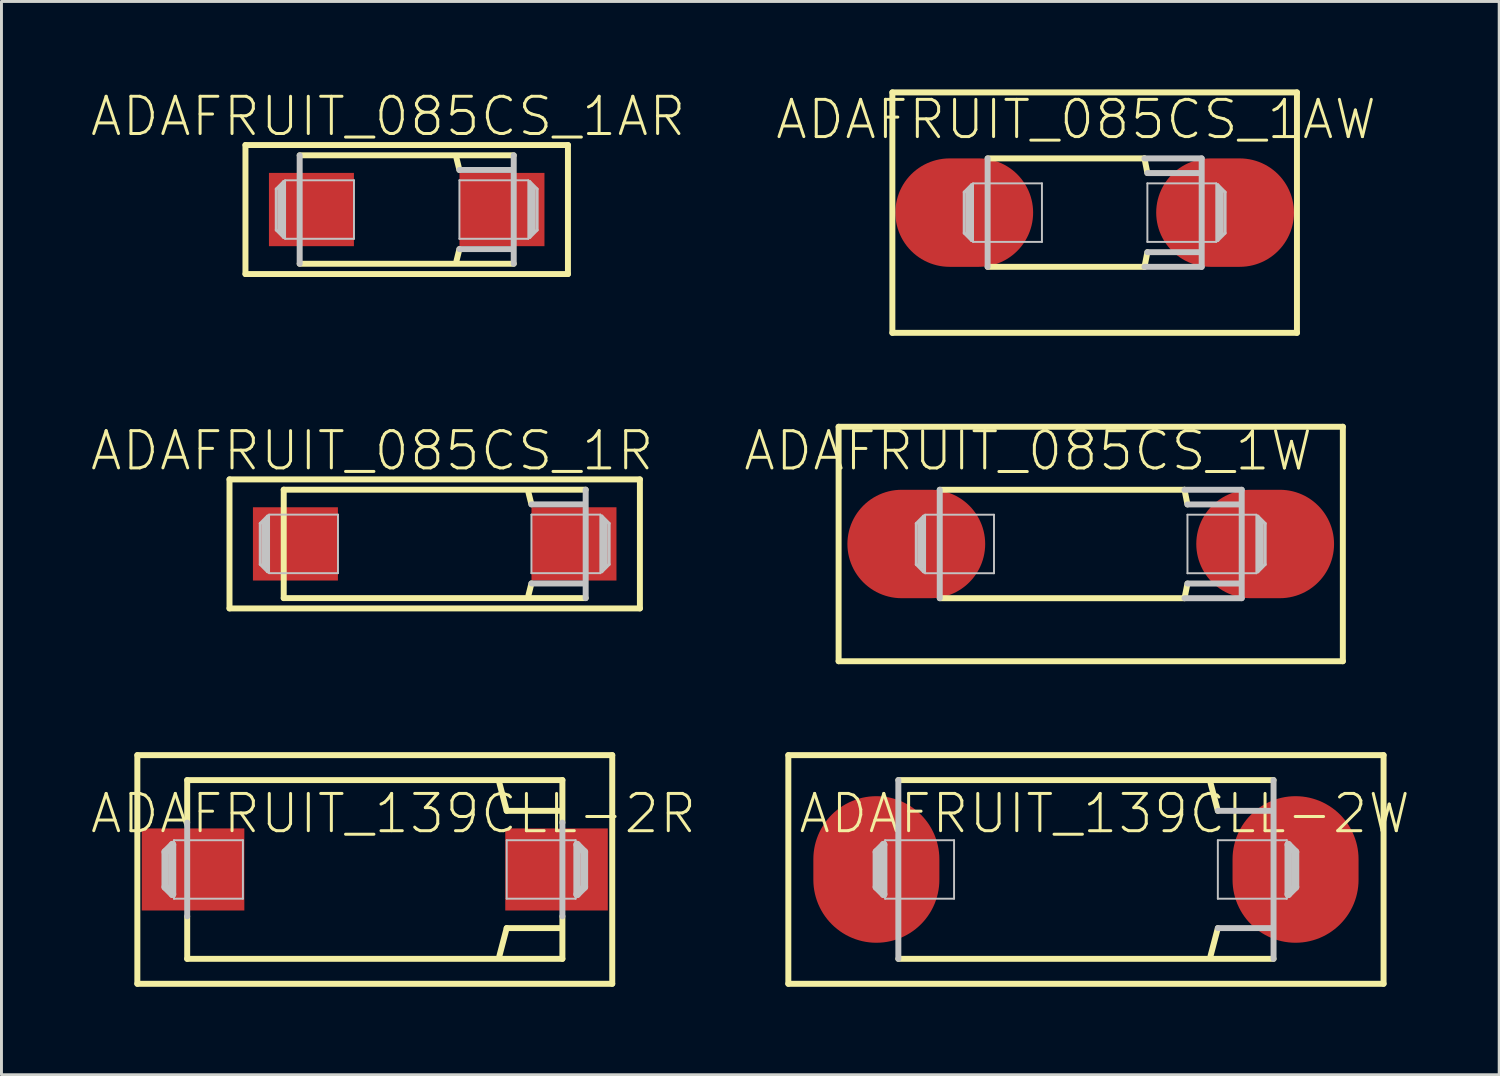
<source format=kicad_pcb>
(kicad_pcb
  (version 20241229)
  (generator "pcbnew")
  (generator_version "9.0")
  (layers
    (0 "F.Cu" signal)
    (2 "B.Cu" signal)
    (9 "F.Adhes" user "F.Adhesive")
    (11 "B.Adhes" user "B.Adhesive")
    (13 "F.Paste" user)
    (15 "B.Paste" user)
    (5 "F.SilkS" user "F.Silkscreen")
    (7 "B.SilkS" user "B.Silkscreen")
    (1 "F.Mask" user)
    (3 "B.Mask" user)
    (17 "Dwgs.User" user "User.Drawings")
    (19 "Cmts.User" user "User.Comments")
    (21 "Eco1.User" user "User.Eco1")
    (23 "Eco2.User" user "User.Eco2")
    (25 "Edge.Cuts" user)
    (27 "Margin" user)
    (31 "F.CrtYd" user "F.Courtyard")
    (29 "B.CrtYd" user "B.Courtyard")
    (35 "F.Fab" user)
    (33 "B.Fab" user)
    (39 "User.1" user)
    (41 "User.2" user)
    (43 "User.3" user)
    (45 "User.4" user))
  (footprint "ADAFRUIT_139CLL-2R"
    (layer "F.Cu")
    (at 9.732 26.602)
    (property "Reference" "ADAFRUIT_139CLL-2R" (at 0.635 -1.905 0) (layer "F.SilkS") (effects (font (size 1.27 1.27) (thickness 0.102))))
    (attr smd)
    (fp_line (start -8.098 -3.899) (end -8.098 3.899) (stroke (width 0.203) (type solid)) (layer "F.SilkS"))
    (fp_line (start -8.098 3.899) (end 8.098 3.899) (stroke (width 0.203) (type solid)) (layer "F.SilkS"))
    (fp_line (start -6.398 -3.048) (end 6.398 -3.048) (stroke (width 0.203) (type solid)) (layer "F.SilkS"))
    (fp_line (start -6.398 -1.598) (end -6.398 -3.048) (stroke (width 0.203) (type solid)) (layer "F.SilkS"))
    (fp_line (start -6.398 3.048) (end -6.398 1.598) (stroke (width 0.203) (type solid)) (layer "F.SilkS"))
    (fp_line (start 4.498 -1.999) (end 4.249 -2.949) (stroke (width 0.203) (type solid)) (layer "F.SilkS"))
    (fp_line (start 4.498 1.999) (end 4.249 2.949) (stroke (width 0.203) (type solid)) (layer "F.SilkS"))
    (fp_line (start 6.35 -1.999) (end 4.498 -1.999) (stroke (width 0.203) (type solid)) (layer "F.SilkS"))
    (fp_line (start 6.35 1.999) (end 4.498 1.999) (stroke (width 0.203) (type solid)) (layer "F.SilkS"))
    (fp_line (start 6.398 -3.048) (end 6.398 -1.598) (stroke (width 0.203) (type solid)) (layer "F.SilkS"))
    (fp_line (start 6.398 1.598) (end 6.398 3.048) (stroke (width 0.203) (type solid)) (layer "F.SilkS"))
    (fp_line (start 6.398 3.048) (end -6.398 3.048) (stroke (width 0.203) (type solid)) (layer "F.SilkS"))
    (fp_line (start 8.098 -3.899) (end -8.098 -3.899) (stroke (width 0.203) (type solid)) (layer "F.SilkS"))
    (fp_line (start 8.098 3.899) (end 8.098 -3.899) (stroke (width 0.203) (type solid)) (layer "F.SilkS"))
    (fp_line (start -7.148 -0.599) (end -6.899 -0.848) (stroke (width 0.254) (type solid)) (layer "Dwgs.User"))
    (fp_line (start -7.148 0.599) (end -7.148 -0.599) (stroke (width 0.254) (type solid)) (layer "Dwgs.User"))
    (fp_line (start -6.899 -0.848) (end -6.899 0.848) (stroke (width 0.254) (type solid)) (layer "Dwgs.User"))
    (fp_line (start -6.899 0.848) (end -7.148 0.599) (stroke (width 0.254) (type solid)) (layer "Dwgs.User"))
    (fp_line (start -6.848 -0.998) (end -4.498 -0.998) (stroke (width 0.066) (type solid)) (layer "Dwgs.User"))
    (fp_line (start -6.848 0.998) (end -6.848 -0.998) (stroke (width 0.066) (type solid)) (layer "Dwgs.User"))
    (fp_line (start -6.848 0.998) (end -4.498 0.998) (stroke (width 0.066) (type solid)) (layer "Dwgs.User"))
    (fp_line (start -6.398 1.598) (end -6.398 -1.598) (stroke (width 0.203) (type solid)) (layer "Dwgs.User"))
    (fp_line (start -4.498 0.998) (end -4.498 -0.998) (stroke (width 0.066) (type solid)) (layer "Dwgs.User"))
    (fp_line (start 4.498 -0.998) (end 6.848 -0.998) (stroke (width 0.066) (type solid)) (layer "Dwgs.User"))
    (fp_line (start 4.498 0.998) (end 4.498 -0.998) (stroke (width 0.066) (type solid)) (layer "Dwgs.User"))
    (fp_line (start 4.498 0.998) (end 6.848 0.998) (stroke (width 0.066) (type solid)) (layer "Dwgs.User"))
    (fp_line (start 6.398 -1.598) (end 6.398 1.598) (stroke (width 0.203) (type solid)) (layer "Dwgs.User"))
    (fp_line (start 6.848 0.998) (end 6.848 -0.998) (stroke (width 0.066) (type solid)) (layer "Dwgs.User"))
    (fp_line (start 6.899 -0.848) (end 7.148 -0.599) (stroke (width 0.254) (type solid)) (layer "Dwgs.User"))
    (fp_line (start 6.899 0.848) (end 6.899 -0.848) (stroke (width 0.254) (type solid)) (layer "Dwgs.User"))
    (fp_line (start 7.148 -0.599) (end 7.148 0.599) (stroke (width 0.254) (type solid)) (layer "Dwgs.User"))
    (fp_line (start 7.148 0.599) (end 6.899 0.848) (stroke (width 0.254) (type solid)) (layer "Dwgs.User"))
    (pad "+" smd rect (at 6.198 0) (size 3.498 2.799) (layers "F.Cu" "F.Mask" "F.Paste"))
    (pad "-" smd rect (at -6.198 0) (size 3.498 2.799) (layers "F.Cu" "F.Mask" "F.Paste")))
  (footprint "ADAFRUIT_139CLL-2W"
    (layer "F.Cu")
    (at 33.985 26.602)
    (property "Reference" "ADAFRUIT_139CLL-2W" (at 0.635 -1.905 0) (layer "F.SilkS") (effects (font (size 1.27 1.27) (thickness 0.102))))
    (attr smd)
    (fp_line (start -10.15 -3.899) (end -10.15 3.899) (stroke (width 0.203) (type solid)) (layer "F.SilkS"))
    (fp_line (start -10.15 3.899) (end 10.15 3.899) (stroke (width 0.203) (type solid)) (layer "F.SilkS"))
    (fp_line (start -6.398 -3.048) (end 6.398 -3.048) (stroke (width 0.203) (type solid)) (layer "F.SilkS"))
    (fp_line (start 4.498 -1.999) (end 4.249 -2.949) (stroke (width 0.203) (type solid)) (layer "F.SilkS"))
    (fp_line (start 4.498 1.999) (end 4.249 2.949) (stroke (width 0.203) (type solid)) (layer "F.SilkS"))
    (fp_line (start 6.398 3.048) (end -6.398 3.048) (stroke (width 0.203) (type solid)) (layer "F.SilkS"))
    (fp_line (start 10.15 -3.899) (end -10.15 -3.899) (stroke (width 0.203) (type solid)) (layer "F.SilkS"))
    (fp_line (start 10.15 3.899) (end 10.15 -3.899) (stroke (width 0.203) (type solid)) (layer "F.SilkS"))
    (fp_line (start -7.148 -0.599) (end -6.899 -0.848) (stroke (width 0.254) (type solid)) (layer "Dwgs.User"))
    (fp_line (start -7.148 0.599) (end -7.148 -0.599) (stroke (width 0.254) (type solid)) (layer "Dwgs.User"))
    (fp_line (start -6.899 -0.848) (end -6.899 0.848) (stroke (width 0.254) (type solid)) (layer "Dwgs.User"))
    (fp_line (start -6.899 0.848) (end -7.148 0.599) (stroke (width 0.254) (type solid)) (layer "Dwgs.User"))
    (fp_line (start -6.848 -0.998) (end -4.498 -0.998) (stroke (width 0.066) (type solid)) (layer "Dwgs.User"))
    (fp_line (start -6.848 0.998) (end -6.848 -0.998) (stroke (width 0.066) (type solid)) (layer "Dwgs.User"))
    (fp_line (start -6.848 0.998) (end -4.498 0.998) (stroke (width 0.066) (type solid)) (layer "Dwgs.User"))
    (fp_line (start -6.398 3.048) (end -6.398 -3.048) (stroke (width 0.203) (type solid)) (layer "Dwgs.User"))
    (fp_line (start -4.498 0.998) (end -4.498 -0.998) (stroke (width 0.066) (type solid)) (layer "Dwgs.User"))
    (fp_line (start 4.498 -0.998) (end 6.848 -0.998) (stroke (width 0.066) (type solid)) (layer "Dwgs.User"))
    (fp_line (start 4.498 0.998) (end 4.498 -0.998) (stroke (width 0.066) (type solid)) (layer "Dwgs.User"))
    (fp_line (start 4.498 0.998) (end 6.848 0.998) (stroke (width 0.066) (type solid)) (layer "Dwgs.User"))
    (fp_line (start 6.35 -1.999) (end 4.498 -1.999) (stroke (width 0.203) (type solid)) (layer "Dwgs.User"))
    (fp_line (start 6.35 1.999) (end 4.498 1.999) (stroke (width 0.203) (type solid)) (layer "Dwgs.User"))
    (fp_line (start 6.398 -3.048) (end 6.398 3.048) (stroke (width 0.203) (type solid)) (layer "Dwgs.User"))
    (fp_line (start 6.848 0.998) (end 6.848 -0.998) (stroke (width 0.066) (type solid)) (layer "Dwgs.User"))
    (fp_line (start 6.899 -0.848) (end 7.148 -0.599) (stroke (width 0.254) (type solid)) (layer "Dwgs.User"))
    (fp_line (start 6.899 0.848) (end 6.899 -0.848) (stroke (width 0.254) (type solid)) (layer "Dwgs.User"))
    (fp_line (start 7.148 -0.599) (end 7.148 0.599) (stroke (width 0.254) (type solid)) (layer "Dwgs.User"))
    (fp_line (start 7.148 0.599) (end 6.899 0.848) (stroke (width 0.254) (type solid)) (layer "Dwgs.User"))
    (pad "+" smd oval (at 7.148 0) (size 4.298 4.999) (layers "F.Cu" "F.Mask" "F.Paste"))
    (pad "-" smd oval (at -7.148 0) (size 4.298 4.999) (layers "F.Cu" "F.Mask" "F.Paste")))
  (footprint "ADAFRUIT_085CS_1AW"
    (layer "F.Cu")
    (at 34.282 4.201)
    (property "Reference" "ADAFRUIT_085CS_1AW" (at -0.635 -3.175 0) (layer "F.SilkS") (effects (font (size 1.27 1.27) (thickness 0.102))))
    (attr smd)
    (fp_line (start -6.899 -4.1) (end -6.899 4.1) (stroke (width 0.203) (type solid)) (layer "F.SilkS"))
    (fp_line (start -6.899 -4.1) (end 6.899 -4.1) (stroke (width 0.203) (type solid)) (layer "F.SilkS"))
    (fp_line (start -6.899 4.1) (end 6.899 4.1) (stroke (width 0.203) (type solid)) (layer "F.SilkS"))
    (fp_line (start -3.65 1.849) (end 1.699 1.849) (stroke (width 0.203) (type solid)) (layer "F.SilkS"))
    (fp_line (start 1.699 -1.849) (end -3.65 -1.849) (stroke (width 0.203) (type solid)) (layer "F.SilkS"))
    (fp_line (start 1.798 -1.349) (end 1.699 -1.849) (stroke (width 0.203) (type solid)) (layer "F.SilkS"))
    (fp_line (start 1.798 1.349) (end 1.699 1.849) (stroke (width 0.203) (type solid)) (layer "F.SilkS"))
    (fp_line (start 6.899 -4.1) (end 6.899 4.1) (stroke (width 0.203) (type solid)) (layer "F.SilkS"))
    (fp_line (start -4.448 -0.699) (end -4.448 0.699) (stroke (width 0.102) (type solid)) (layer "Dwgs.User"))
    (fp_line (start -4.448 0.699) (end -4.199 0.95) (stroke (width 0.102) (type solid)) (layer "Dwgs.User"))
    (fp_line (start -4.298 -0.749) (end -4.298 0.749) (stroke (width 0.203) (type solid)) (layer "Dwgs.User"))
    (fp_line (start -4.199 -0.95) (end -4.448 -0.699) (stroke (width 0.102) (type solid)) (layer "Dwgs.User"))
    (fp_line (start -4.199 0.95) (end -4.199 -0.95) (stroke (width 0.102) (type solid)) (layer "Dwgs.User"))
    (fp_line (start -4.148 -0.998) (end -1.798 -0.998) (stroke (width 0.066) (type solid)) (layer "Dwgs.User"))
    (fp_line (start -4.148 0.998) (end -4.148 -0.998) (stroke (width 0.066) (type solid)) (layer "Dwgs.User"))
    (fp_line (start -4.148 0.998) (end -1.798 0.998) (stroke (width 0.066) (type solid)) (layer "Dwgs.User"))
    (fp_line (start -3.65 -1.849) (end -3.65 1.849) (stroke (width 0.203) (type solid)) (layer "Dwgs.User"))
    (fp_line (start -1.798 0.998) (end -1.798 -0.998) (stroke (width 0.066) (type solid)) (layer "Dwgs.User"))
    (fp_line (start 1.699 1.849) (end 3.65 1.849) (stroke (width 0.203) (type solid)) (layer "Dwgs.User"))
    (fp_line (start 1.798 -0.998) (end 4.148 -0.998) (stroke (width 0.066) (type solid)) (layer "Dwgs.User"))
    (fp_line (start 1.798 0.998) (end 1.798 -0.998) (stroke (width 0.066) (type solid)) (layer "Dwgs.User"))
    (fp_line (start 1.798 0.998) (end 4.148 0.998) (stroke (width 0.066) (type solid)) (layer "Dwgs.User"))
    (fp_line (start 3.548 -1.349) (end 1.798 -1.349) (stroke (width 0.203) (type solid)) (layer "Dwgs.User"))
    (fp_line (start 3.599 1.349) (end 1.798 1.349) (stroke (width 0.203) (type solid)) (layer "Dwgs.User"))
    (fp_line (start 3.65 -1.849) (end 1.699 -1.849) (stroke (width 0.203) (type solid)) (layer "Dwgs.User"))
    (fp_line (start 3.65 1.849) (end 3.65 -1.849) (stroke (width 0.203) (type solid)) (layer "Dwgs.User"))
    (fp_line (start 4.148 0.998) (end 4.148 -0.998) (stroke (width 0.066) (type solid)) (layer "Dwgs.User"))
    (fp_line (start 4.199 -0.95) (end 4.199 0.95) (stroke (width 0.102) (type solid)) (layer "Dwgs.User"))
    (fp_line (start 4.199 0.95) (end 4.448 0.699) (stroke (width 0.102) (type solid)) (layer "Dwgs.User"))
    (fp_line (start 4.298 0.749) (end 4.298 -0.749) (stroke (width 0.203) (type solid)) (layer "Dwgs.User"))
    (fp_line (start 4.448 -0.699) (end 4.199 -0.95) (stroke (width 0.102) (type solid)) (layer "Dwgs.User"))
    (fp_line (start 4.448 0.699) (end 4.448 -0.699) (stroke (width 0.102) (type solid)) (layer "Dwgs.User"))
    (pad "+" smd oval (at 4.448 0) (size 4.699 3.698) (layers "F.Cu" "F.Mask" "F.Paste"))
    (pad "-" smd oval (at -4.448 0) (size 4.699 3.698) (layers "F.Cu" "F.Mask" "F.Paste")))
  (footprint "ADAFRUIT_085CS_1AR"
    (layer "F.Cu")
    (at 10.82 4.096)
    (property "Reference" "ADAFRUIT_085CS_1AR" (at -0.635 -3.175 0) (layer "F.SilkS") (effects (font (size 1.27 1.27) (thickness 0.102))))
    (attr smd)
    (fp_line (start -5.499 -2.2) (end -5.499 2.2) (stroke (width 0.203) (type solid)) (layer "F.SilkS"))
    (fp_line (start -5.499 -2.2) (end 5.499 -2.2) (stroke (width 0.203) (type solid)) (layer "F.SilkS"))
    (fp_line (start -5.499 2.2) (end 5.499 2.2) (stroke (width 0.203) (type solid)) (layer "F.SilkS"))
    (fp_line (start -3.65 1.849) (end 3.65 1.849) (stroke (width 0.203) (type solid)) (layer "F.SilkS"))
    (fp_line (start 1.798 -1.349) (end 1.699 -1.748) (stroke (width 0.203) (type solid)) (layer "F.SilkS"))
    (fp_line (start 1.798 1.349) (end 1.699 1.748) (stroke (width 0.203) (type solid)) (layer "F.SilkS"))
    (fp_line (start 3.65 -1.849) (end -3.65 -1.849) (stroke (width 0.203) (type solid)) (layer "F.SilkS"))
    (fp_line (start 5.499 -2.2) (end 5.499 2.2) (stroke (width 0.203) (type solid)) (layer "F.SilkS"))
    (fp_line (start -4.448 -0.699) (end -4.448 0.699) (stroke (width 0.102) (type solid)) (layer "Dwgs.User"))
    (fp_line (start -4.448 0.699) (end -4.199 0.95) (stroke (width 0.102) (type solid)) (layer "Dwgs.User"))
    (fp_line (start -4.298 -0.749) (end -4.298 0.749) (stroke (width 0.203) (type solid)) (layer "Dwgs.User"))
    (fp_line (start -4.199 -0.95) (end -4.448 -0.699) (stroke (width 0.102) (type solid)) (layer "Dwgs.User"))
    (fp_line (start -4.199 0.95) (end -4.199 -0.95) (stroke (width 0.102) (type solid)) (layer "Dwgs.User"))
    (fp_line (start -4.148 -0.998) (end -1.798 -0.998) (stroke (width 0.066) (type solid)) (layer "Dwgs.User"))
    (fp_line (start -4.148 0.998) (end -4.148 -0.998) (stroke (width 0.066) (type solid)) (layer "Dwgs.User"))
    (fp_line (start -4.148 0.998) (end -1.798 0.998) (stroke (width 0.066) (type solid)) (layer "Dwgs.User"))
    (fp_line (start -3.65 -1.849) (end -3.65 1.849) (stroke (width 0.203) (type solid)) (layer "Dwgs.User"))
    (fp_line (start -1.798 0.998) (end -1.798 -0.998) (stroke (width 0.066) (type solid)) (layer "Dwgs.User"))
    (fp_line (start 1.798 -0.998) (end 4.148 -0.998) (stroke (width 0.066) (type solid)) (layer "Dwgs.User"))
    (fp_line (start 1.798 0.998) (end 1.798 -0.998) (stroke (width 0.066) (type solid)) (layer "Dwgs.User"))
    (fp_line (start 1.798 0.998) (end 4.148 0.998) (stroke (width 0.066) (type solid)) (layer "Dwgs.User"))
    (fp_line (start 3.548 -1.349) (end 1.798 -1.349) (stroke (width 0.203) (type solid)) (layer "Dwgs.User"))
    (fp_line (start 3.599 1.349) (end 1.798 1.349) (stroke (width 0.203) (type solid)) (layer "Dwgs.User"))
    (fp_line (start 3.65 1.849) (end 3.65 -1.849) (stroke (width 0.203) (type solid)) (layer "Dwgs.User"))
    (fp_line (start 4.148 0.998) (end 4.148 -0.998) (stroke (width 0.066) (type solid)) (layer "Dwgs.User"))
    (fp_line (start 4.199 -0.95) (end 4.199 0.95) (stroke (width 0.102) (type solid)) (layer "Dwgs.User"))
    (fp_line (start 4.199 0.95) (end 4.448 0.699) (stroke (width 0.102) (type solid)) (layer "Dwgs.User"))
    (fp_line (start 4.298 0.749) (end 4.298 -0.749) (stroke (width 0.203) (type solid)) (layer "Dwgs.User"))
    (fp_line (start 4.448 -0.699) (end 4.199 -0.95) (stroke (width 0.102) (type solid)) (layer "Dwgs.User"))
    (fp_line (start 4.448 0.699) (end 4.448 -0.699) (stroke (width 0.102) (type solid)) (layer "Dwgs.User"))
    (pad "+" smd rect (at 3.249 0) (size 2.898 2.499) (layers "F.Cu" "F.Mask" "F.Paste"))
    (pad "-" smd rect (at -3.249 0) (size 2.898 2.499) (layers "F.Cu" "F.Mask" "F.Paste")))
  (footprint "ADAFRUIT_085CS_1W"
    (layer "F.Cu")
    (at 34.148 15.502)
    (property "Reference" "ADAFRUIT_085CS_1W" (at -2.134 -3.175 0) (layer "F.SilkS") (effects (font (size 1.27 1.27) (thickness 0.102))))
    (attr smd)
    (fp_line (start -8.598 -3.998) (end -8.598 3.998) (stroke (width 0.203) (type solid)) (layer "F.SilkS"))
    (fp_line (start -8.598 -3.998) (end 8.598 -3.998) (stroke (width 0.203) (type solid)) (layer "F.SilkS"))
    (fp_line (start -8.598 3.998) (end 8.598 3.998) (stroke (width 0.203) (type solid)) (layer "F.SilkS"))
    (fp_line (start -5.149 1.849) (end 3.198 1.849) (stroke (width 0.203) (type solid)) (layer "F.SilkS"))
    (fp_line (start 3.198 -1.849) (end -5.149 -1.849) (stroke (width 0.203) (type solid)) (layer "F.SilkS"))
    (fp_line (start 3.299 -1.349) (end 3.198 -1.849) (stroke (width 0.203) (type solid)) (layer "F.SilkS"))
    (fp_line (start 3.299 1.349) (end 3.198 1.849) (stroke (width 0.203) (type solid)) (layer "F.SilkS"))
    (fp_line (start 8.598 -3.998) (end 8.598 3.998) (stroke (width 0.203) (type solid)) (layer "F.SilkS"))
    (fp_line (start -5.949 -0.699) (end -5.949 0.699) (stroke (width 0.102) (type solid)) (layer "Dwgs.User"))
    (fp_line (start -5.949 0.699) (end -5.7 0.95) (stroke (width 0.102) (type solid)) (layer "Dwgs.User"))
    (fp_line (start -5.799 -0.749) (end -5.799 0.749) (stroke (width 0.203) (type solid)) (layer "Dwgs.User"))
    (fp_line (start -5.7 -0.95) (end -5.949 -0.699) (stroke (width 0.102) (type solid)) (layer "Dwgs.User"))
    (fp_line (start -5.7 0.95) (end -5.7 -0.95) (stroke (width 0.102) (type solid)) (layer "Dwgs.User"))
    (fp_line (start -5.649 -0.998) (end -3.299 -0.998) (stroke (width 0.066) (type solid)) (layer "Dwgs.User"))
    (fp_line (start -5.649 0.998) (end -5.649 -0.998) (stroke (width 0.066) (type solid)) (layer "Dwgs.User"))
    (fp_line (start -5.649 0.998) (end -3.299 0.998) (stroke (width 0.066) (type solid)) (layer "Dwgs.User"))
    (fp_line (start -5.149 -1.849) (end -5.149 1.849) (stroke (width 0.203) (type solid)) (layer "Dwgs.User"))
    (fp_line (start -3.299 0.998) (end -3.299 -0.998) (stroke (width 0.066) (type solid)) (layer "Dwgs.User"))
    (fp_line (start 3.198 1.849) (end 5.149 1.849) (stroke (width 0.203) (type solid)) (layer "Dwgs.User"))
    (fp_line (start 3.299 -0.998) (end 5.649 -0.998) (stroke (width 0.066) (type solid)) (layer "Dwgs.User"))
    (fp_line (start 3.299 0.998) (end 3.299 -0.998) (stroke (width 0.066) (type solid)) (layer "Dwgs.User"))
    (fp_line (start 3.299 0.998) (end 5.649 0.998) (stroke (width 0.066) (type solid)) (layer "Dwgs.User"))
    (fp_line (start 5.05 -1.349) (end 3.299 -1.349) (stroke (width 0.203) (type solid)) (layer "Dwgs.User"))
    (fp_line (start 5.098 1.349) (end 3.299 1.349) (stroke (width 0.203) (type solid)) (layer "Dwgs.User"))
    (fp_line (start 5.149 -1.849) (end 3.198 -1.849) (stroke (width 0.203) (type solid)) (layer "Dwgs.User"))
    (fp_line (start 5.149 1.849) (end 5.149 -1.849) (stroke (width 0.203) (type solid)) (layer "Dwgs.User"))
    (fp_line (start 5.649 0.998) (end 5.649 -0.998) (stroke (width 0.066) (type solid)) (layer "Dwgs.User"))
    (fp_line (start 5.7 -0.95) (end 5.7 0.95) (stroke (width 0.102) (type solid)) (layer "Dwgs.User"))
    (fp_line (start 5.7 0.95) (end 5.949 0.699) (stroke (width 0.102) (type solid)) (layer "Dwgs.User"))
    (fp_line (start 5.799 0.749) (end 5.799 -0.749) (stroke (width 0.203) (type solid)) (layer "Dwgs.User"))
    (fp_line (start 5.949 -0.699) (end 5.7 -0.95) (stroke (width 0.102) (type solid)) (layer "Dwgs.User"))
    (fp_line (start 5.949 0.699) (end 5.949 -0.699) (stroke (width 0.102) (type solid)) (layer "Dwgs.User"))
    (pad "+" smd oval (at 5.949 0) (size 4.699 3.698) (layers "F.Cu" "F.Mask" "F.Paste"))
    (pad "-" smd oval (at -5.949 0) (size 4.699 3.698) (layers "F.Cu" "F.Mask" "F.Paste")))
  (footprint "ADAFRUIT_085CS_1R"
    (layer "F.Cu")
    (at 11.775 15.499)
    (property "Reference" "ADAFRUIT_085CS_1R" (at -2.134 -3.175 0) (layer "F.SilkS") (effects (font (size 1.27 1.27) (thickness 0.102))))
    (attr smd)
    (fp_line (start -6.998 -2.2) (end -6.998 2.2) (stroke (width 0.203) (type solid)) (layer "F.SilkS"))
    (fp_line (start -6.998 -2.2) (end 6.998 -2.2) (stroke (width 0.203) (type solid)) (layer "F.SilkS"))
    (fp_line (start -6.998 2.2) (end 6.998 2.2) (stroke (width 0.203) (type solid)) (layer "F.SilkS"))
    (fp_line (start -5.149 -1.849) (end -5.149 1.849) (stroke (width 0.203) (type solid)) (layer "F.SilkS"))
    (fp_line (start -5.149 1.849) (end 5.149 1.849) (stroke (width 0.203) (type solid)) (layer "F.SilkS"))
    (fp_line (start 3.299 -1.349) (end 3.198 -1.748) (stroke (width 0.203) (type solid)) (layer "F.SilkS"))
    (fp_line (start 3.299 1.349) (end 3.198 1.748) (stroke (width 0.203) (type solid)) (layer "F.SilkS"))
    (fp_line (start 5.149 -1.849) (end -5.149 -1.849) (stroke (width 0.203) (type solid)) (layer "F.SilkS"))
    (fp_line (start 6.998 -2.2) (end 6.998 2.2) (stroke (width 0.203) (type solid)) (layer "F.SilkS"))
    (fp_line (start -5.949 -0.699) (end -5.949 0.699) (stroke (width 0.102) (type solid)) (layer "Dwgs.User"))
    (fp_line (start -5.949 0.699) (end -5.7 0.95) (stroke (width 0.102) (type solid)) (layer "Dwgs.User"))
    (fp_line (start -5.799 -0.749) (end -5.799 0.749) (stroke (width 0.203) (type solid)) (layer "Dwgs.User"))
    (fp_line (start -5.7 -0.95) (end -5.949 -0.699) (stroke (width 0.102) (type solid)) (layer "Dwgs.User"))
    (fp_line (start -5.7 0.95) (end -5.7 -0.95) (stroke (width 0.102) (type solid)) (layer "Dwgs.User"))
    (fp_line (start -5.649 -0.998) (end -3.299 -0.998) (stroke (width 0.066) (type solid)) (layer "Dwgs.User"))
    (fp_line (start -5.649 0.998) (end -5.649 -0.998) (stroke (width 0.066) (type solid)) (layer "Dwgs.User"))
    (fp_line (start -5.649 0.998) (end -3.299 0.998) (stroke (width 0.066) (type solid)) (layer "Dwgs.User"))
    (fp_line (start -3.299 0.998) (end -3.299 -0.998) (stroke (width 0.066) (type solid)) (layer "Dwgs.User"))
    (fp_line (start 3.299 -0.998) (end 5.649 -0.998) (stroke (width 0.066) (type solid)) (layer "Dwgs.User"))
    (fp_line (start 3.299 0.998) (end 3.299 -0.998) (stroke (width 0.066) (type solid)) (layer "Dwgs.User"))
    (fp_line (start 3.299 0.998) (end 5.649 0.998) (stroke (width 0.066) (type solid)) (layer "Dwgs.User"))
    (fp_line (start 5.05 -1.349) (end 3.299 -1.349) (stroke (width 0.203) (type solid)) (layer "Dwgs.User"))
    (fp_line (start 5.098 1.349) (end 3.299 1.349) (stroke (width 0.203) (type solid)) (layer "Dwgs.User"))
    (fp_line (start 5.149 1.849) (end 5.149 -1.849) (stroke (width 0.203) (type solid)) (layer "Dwgs.User"))
    (fp_line (start 5.649 0.998) (end 5.649 -0.998) (stroke (width 0.066) (type solid)) (layer "Dwgs.User"))
    (fp_line (start 5.7 -0.95) (end 5.7 0.95) (stroke (width 0.102) (type solid)) (layer "Dwgs.User"))
    (fp_line (start 5.7 0.95) (end 5.949 0.699) (stroke (width 0.102) (type solid)) (layer "Dwgs.User"))
    (fp_line (start 5.799 0.749) (end 5.799 -0.749) (stroke (width 0.203) (type solid)) (layer "Dwgs.User"))
    (fp_line (start 5.949 -0.699) (end 5.7 -0.95) (stroke (width 0.102) (type solid)) (layer "Dwgs.User"))
    (fp_line (start 5.949 0.699) (end 5.949 -0.699) (stroke (width 0.102) (type solid)) (layer "Dwgs.User"))
    (pad "+" smd rect (at 4.75 0) (size 2.898 2.499) (layers "F.Cu" "F.Mask" "F.Paste"))
    (pad "-" smd rect (at -4.75 0) (size 2.898 2.499) (layers "F.Cu" "F.Mask" "F.Paste")))
  (gr_rect
    (start -3 -3)
    (end 48.078 33.602)
    (stroke (width 0.1) (type default))
    (fill no)
    (layer "Edge.Cuts")))
</source>
